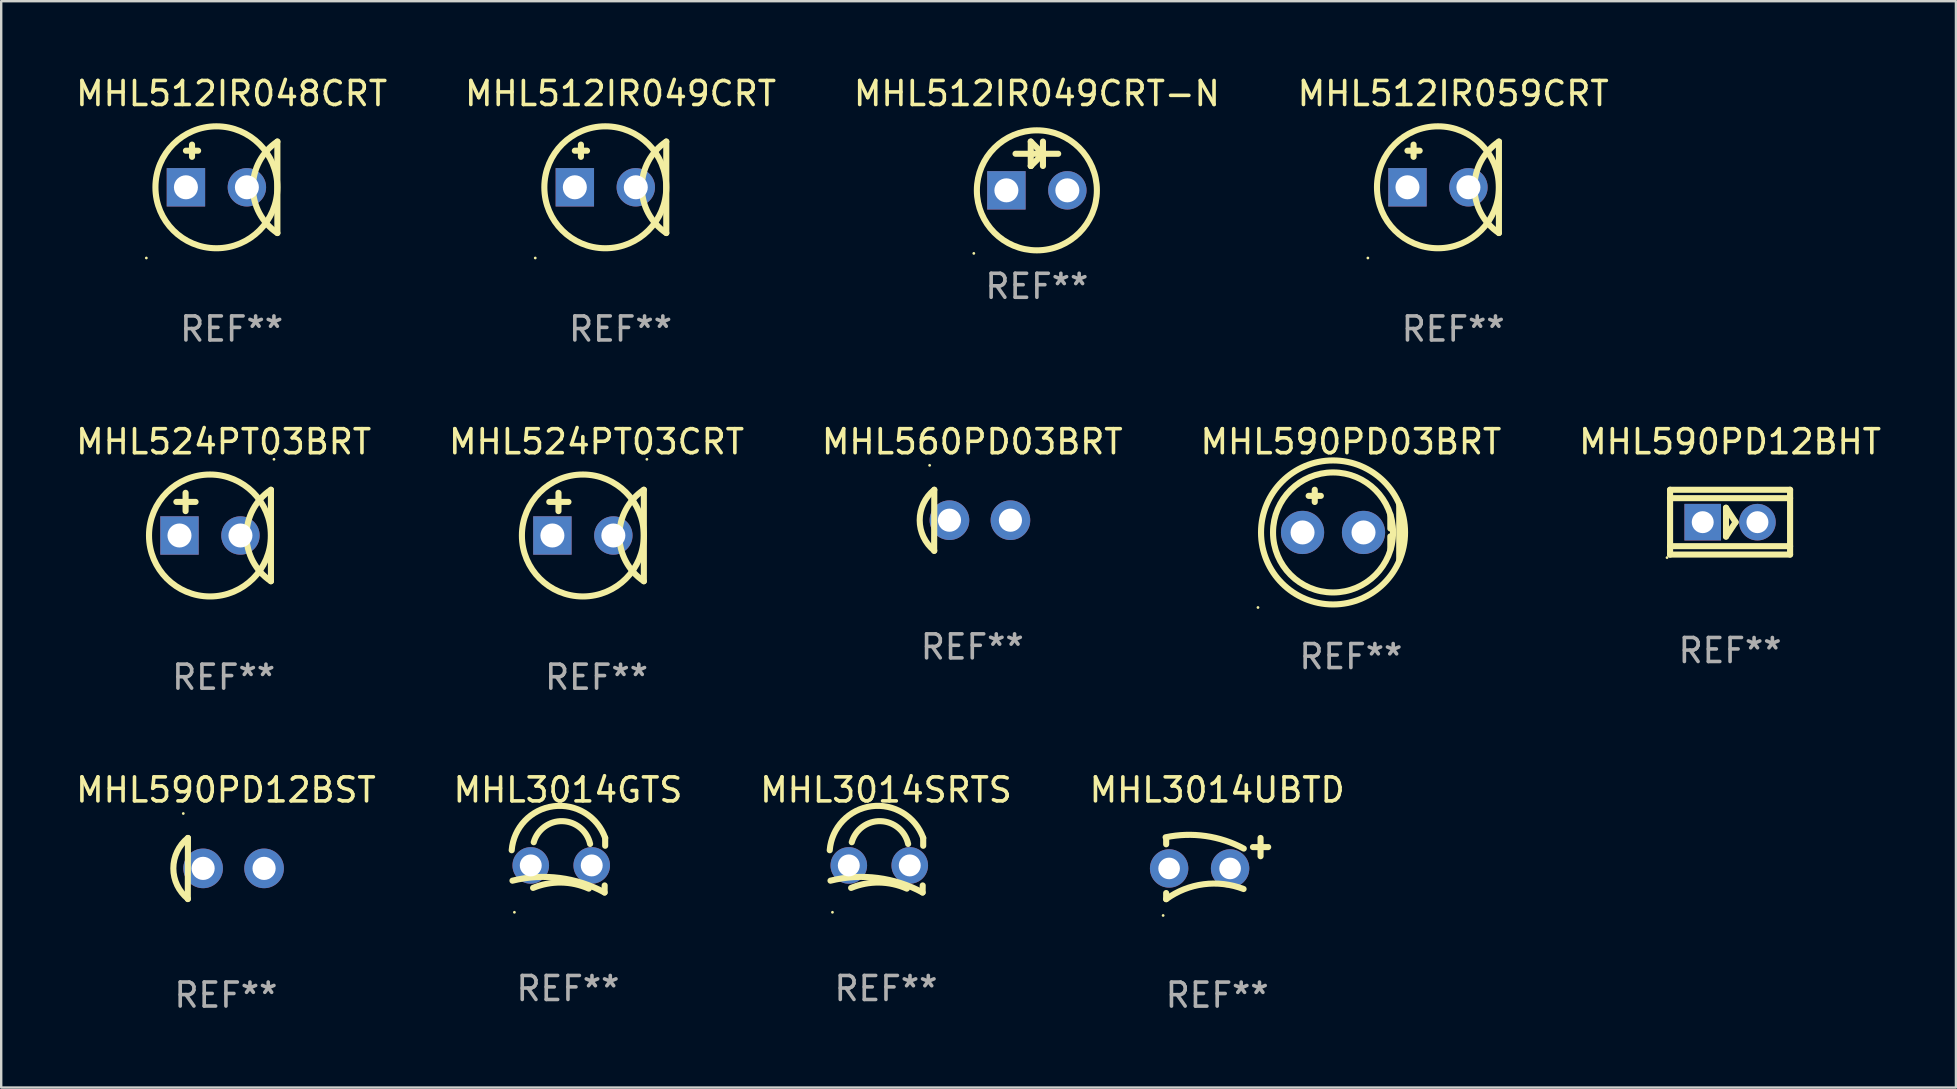
<source format=kicad_pcb>
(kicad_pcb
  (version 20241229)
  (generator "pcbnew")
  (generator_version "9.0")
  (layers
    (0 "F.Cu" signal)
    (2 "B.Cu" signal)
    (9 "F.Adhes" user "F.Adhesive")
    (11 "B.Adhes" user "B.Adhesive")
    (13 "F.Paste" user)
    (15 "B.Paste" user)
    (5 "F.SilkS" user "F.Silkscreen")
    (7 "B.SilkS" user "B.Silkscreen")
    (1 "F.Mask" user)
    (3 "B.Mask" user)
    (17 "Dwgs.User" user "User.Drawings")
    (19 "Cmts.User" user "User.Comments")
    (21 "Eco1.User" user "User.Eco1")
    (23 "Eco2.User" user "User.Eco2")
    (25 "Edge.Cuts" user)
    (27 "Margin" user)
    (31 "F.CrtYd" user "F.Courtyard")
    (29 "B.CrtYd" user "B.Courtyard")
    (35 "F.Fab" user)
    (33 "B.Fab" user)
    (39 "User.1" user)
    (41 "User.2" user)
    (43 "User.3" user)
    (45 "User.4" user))
  (footprint "MHL3014UBTD"
    (layer "F.Cu")
    (at 47.661 33.136)
    (property "Reference" "MHL3014UBTD" (at 0 -3.275 0) (layer "F.SilkS") (effects (font (size 1 1) (thickness 0.15))))
    (attr through_hole)
    (fp_line (start -2.125 -1.265) (end -2.125 -1.011) (stroke (width 0.254) (type solid)) (layer "F.SilkS"))
    (fp_line (start -2.125 1.275) (end -2.125 1.021) (stroke (width 0.254) (type solid)) (layer "F.SilkS"))
    (fp_line (start 1.49 -0.894) (end 2.125 -0.894) (stroke (width 0.254) (type solid)) (layer "F.SilkS"))
    (fp_line (start 1.807 -0.513) (end 1.807 -1.275) (stroke (width 0.254) (type solid)) (layer "F.SilkS"))
    (fp_arc (start -2.148349 -1.302858) (mid -0.478554 -1.355044) (end 1.107912 -0.831535) (stroke (width 0.254001) (type solid)) (layer "F.SilkS"))
    (fp_arc (start -2.124829 1.27474) (mid -0.565957 0.654289) (end 1.100088 0.852615) (stroke (width 0.254001) (type solid)) (layer "F.SilkS"))
    (fp_circle (center -2.252 1.955) (end -2.222 1.955) (stroke (width 0.06) (type solid)) (fill no) (layer "F.SilkS"))
    (fp_text user "REF**" (at 0 5.275 0) (layer "F.Fab") (effects (font (size 1 1) (thickness 0.15))))
    (pad "1" thru_hole circle (at -2.002 -0.004) (size 1.6 1.6) (drill 0.9) (layers "*.Cu" "*.Mask"))
    (pad "2" thru_hole circle (at 0.538 -0.004) (size 1.6 1.6) (drill 0.9) (layers "*.Cu" "*.Mask")))
  (footprint "MHL3014GTS"
    (layer "F.Cu")
    (at 20.613 32.998)
    (property "Reference" "MHL3014GTS" (at 0 -3.137 0) (layer "F.SilkS") (effects (font (size 1 1) (thickness 0.15))))
    (attr through_hole)
    (fp_line (start 1.529 0.842) (end 1.525 1.137) (stroke (width 0.254) (type solid)) (layer "F.SilkS"))
    (fp_line (start 1.55 -1.137) (end 1.55 -0.811) (stroke (width 0.254) (type solid)) (layer "F.SilkS"))
    (fp_arc (start -2.344336 -0.624664) (mid -0.604362 -2.457931) (end 1.550229 -1.136525) (stroke (width 0.254001) (type solid)) (layer "F.SilkS"))
    (fp_arc (start -2.31223 0.643358) (mid -0.347208 0.529557) (end 1.525184 1.136526) (stroke (width 0.254001) (type solid)) (layer "F.SilkS"))
    (fp_arc (start -1.45348 0.944425) (mid -0.289454 0.72139) (end 0.868415 0.974448) (stroke (width 0.254001) (type solid)) (layer "F.SilkS"))
    (fp_arc (start -1.426174 -0.958548) (mid -0.223791 -1.836179) (end 0.922695 -0.88669) (stroke (width 0.254001) (type solid)) (layer "F.SilkS"))
    (fp_circle (center -2.231 1.96) (end -2.201 1.96) (stroke (width 0.06) (type solid)) (fill no) (layer "F.SilkS"))
    (fp_text user "REF**" (at 0 5.137 0) (layer "F.Fab") (effects (font (size 1 1) (thickness 0.15))))
    (pad "1" thru_hole circle (at -1.55 0.008) (size 1.524 1.524) (drill 0.914) (layers "*.Cu" "*.Mask"))
    (pad "2" thru_hole circle (at 0.99 0.008) (size 1.524 1.524) (drill 0.914) (layers "*.Cu" "*.Mask")))
  (footprint "MHL590PD12BHT"
    (layer "F.Cu")
    (at 69.03 18.705)
    (property "Reference" "MHL590PD12BHT" (at 0 -3.35 0) (layer "F.SilkS") (effects (font (size 1 1) (thickness 0.15))))
    (attr through_hole)
    (fp_line (start -2.5 -1) (end 2.5 -1) (stroke (width 0.254) (type solid)) (layer "F.SilkS"))
    (fp_line (start -2.5 -1.35) (end 2.5 -1.35) (stroke (width 0.254) (type solid)) (layer "F.SilkS"))
    (fp_line (start -2.5 1) (end 2.5 1) (stroke (width 0.254) (type solid)) (layer "F.SilkS"))
    (fp_line (start -2.5 1.35) (end -2.5 -1.35) (stroke (width 0.254) (type solid)) (layer "F.SilkS"))
    (fp_line (start -0.17 -0.6) (end 0.23 0) (stroke (width 0.254) (type solid)) (layer "F.SilkS"))
    (fp_line (start -0.17 0.6) (end -0.17 -0.6) (stroke (width 0.254) (type solid)) (layer "F.SilkS"))
    (fp_line (start 0.23 0) (end -0.17 0.6) (stroke (width 0.254) (type solid)) (layer "F.SilkS"))
    (fp_line (start 2.5 -1.35) (end 2.5 1.35) (stroke (width 0.254) (type solid)) (layer "F.SilkS"))
    (fp_line (start 2.5 1.35) (end -2.5 1.35) (stroke (width 0.254) (type solid)) (layer "F.SilkS"))
    (fp_circle (center -2.627 1.477) (end -2.597 1.477) (stroke (width 0.06) (type solid)) (fill no) (layer "F.SilkS"))
    (fp_text user "REF**" (at 0 5.35 0) (layer "F.Fab") (effects (font (size 1 1) (thickness 0.15))))
    (pad "1" thru_hole rect (at -1.14 0) (size 1.524 1.524) (drill 0.914) (layers "*.Cu" "*.Mask"))
    (pad "2" thru_hole circle (at 1.14 0) (size 1.524 1.524) (drill 0.914) (layers "*.Cu" "*.Mask")))
  (footprint "MHL524PT03BRT"
    (layer "F.Cu")
    (at 6.268 19.26)
    (property "Reference" "MHL524PT03BRT" (at 0 -3.905 0) (layer "F.SilkS") (effects (font (size 1 1) (thickness 0.15))))
    (attr through_hole)
    (fp_line (start -1.97 -1.4) (end -1.17 -1.4) (stroke (width 0.254) (type solid)) (layer "F.SilkS"))
    (fp_line (start -1.586 -1.778) (end -1.586 -1.016) (stroke (width 0.254) (type solid)) (layer "F.SilkS"))
    (fp_line (start 1.97 1.905) (end 1.97 -1.905) (stroke (width 0.254) (type solid)) (layer "F.SilkS"))
    (fp_arc (start 1.969997 1.905) (mid 0.950475 -0.000001) (end 1.969998 -1.905001) (stroke (width 0.254001) (type solid)) (layer "F.SilkS"))
    (fp_circle (center -0.57 0) (end 1.97 0) (stroke (width 0.254) (type solid)) (fill no) (layer "F.SilkS"))
    (fp_circle (center 2.097 -3.175) (end 2.127 -3.175) (stroke (width 0.06) (type solid)) (fill no) (layer "F.SilkS"))
    (fp_text user "REF**" (at 0 5.905 0) (layer "F.Fab") (effects (font (size 1 1) (thickness 0.15))))
    (pad "1" thru_hole circle (at 0.7 0) (size 1.6 1.6) (drill 1) (layers "*.Cu" "*.Mask"))
    (pad "2" thru_hole rect (at -1.84 0) (size 1.6 1.6) (drill 1) (layers "*.Cu" "*.Mask")))
  (footprint "MHL590PD03BRT"
    (layer "F.Cu")
    (at 53.232 18.831)
    (property "Reference" "MHL590PD03BRT" (at 0 -3.476 0) (layer "F.SilkS") (effects (font (size 1 1) (thickness 0.15))))
    (attr through_hole)
    (fp_line (start -1.76 -1.222) (end -1.252 -1.222) (stroke (width 0.254) (type solid)) (layer "F.SilkS"))
    (fp_line (start -1.506 -1.476) (end -1.506 -0.968) (stroke (width 0.254) (type solid)) (layer "F.SilkS"))
    (fp_line (start 1.643 -0.44) (end 1.643 0.138) (stroke (width 0.254) (type solid)) (layer "F.SilkS"))
    (fp_line (start 1.643 0.466) (end 1.643 1.011) (stroke (width 0.254) (type solid)) (layer "F.SilkS"))
    (fp_line (start 2.014 -0.878) (end 2.014 1.476) (stroke (width 0.254) (type solid)) (layer "F.SilkS"))
    (fp_circle (center -3.871 3.429) (end -3.841 3.429) (stroke (width 0.06) (type solid)) (fill no) (layer "F.SilkS"))
    (fp_circle (center -0.744 0.302) (end 1.756 0.302) (stroke (width 0.254) (type solid)) (fill no) (layer "F.SilkS"))
    (fp_circle (center -0.744 0.302) (end 2.256 0.302) (stroke (width 0.254) (type solid)) (fill no) (layer "F.SilkS"))
    (fp_text user "REF**" (at 0 5.476 0) (layer "F.Fab") (effects (font (size 1 1) (thickness 0.15))))
    (pad "1" thru_hole circle (at -2.014 0.302) (size 1.8 1.8) (drill 1) (layers "*.Cu" "*.Mask"))
    (pad "2" thru_hole circle (at 0.526 0.302) (size 1.8 1.8) (drill 1) (layers "*.Cu" "*.Mask")))
  (footprint "MHL512IR049CRT"
    (layer "F.Cu")
    (at 22.804 4.753)
    (property "Reference" "MHL512IR049CRT" (at 0 -3.905 0) (layer "F.SilkS") (effects (font (size 1 1) (thickness 0.15))))
    (attr through_hole)
    (fp_line (start -1.905 -1.524) (end -1.397 -1.524) (stroke (width 0.254) (type solid)) (layer "F.SilkS"))
    (fp_line (start -1.651 -1.778) (end -1.651 -1.27) (stroke (width 0.254) (type solid)) (layer "F.SilkS"))
    (fp_line (start 1.905 1.905) (end 1.905 -1.905) (stroke (width 0.254) (type solid)) (layer "F.SilkS"))
    (fp_arc (start 1.904999 1.905) (mid 0.885477 0) (end 1.904999 -1.905) (stroke (width 0.254001) (type solid)) (layer "F.SilkS"))
    (fp_circle (center -3.554 2.946) (end -3.524 2.946) (stroke (width 0.06) (type solid)) (fill no) (layer "F.SilkS"))
    (fp_circle (center -0.635 0) (end 1.905 0) (stroke (width 0.254) (type solid)) (fill no) (layer "F.SilkS"))
    (fp_text user "REF**" (at 0 5.905 0) (layer "F.Fab") (effects (font (size 1 1) (thickness 0.15))))
    (pad "1" thru_hole rect (at -1.905 0) (size 1.6 1.6) (drill 1) (layers "*.Cu" "*.Mask"))
    (pad "2" thru_hole circle (at 0.635 0) (size 1.6 1.6) (drill 1) (layers "*.Cu" "*.Mask")))
  (footprint "MHL512IR059CRT"
    (layer "F.Cu")
    (at 57.494 4.753)
    (property "Reference" "MHL512IR059CRT" (at 0 -3.905 0) (layer "F.SilkS") (effects (font (size 1 1) (thickness 0.15))))
    (attr through_hole)
    (fp_line (start -1.905 -1.524) (end -1.397 -1.524) (stroke (width 0.254) (type solid)) (layer "F.SilkS"))
    (fp_line (start -1.651 -1.778) (end -1.651 -1.27) (stroke (width 0.254) (type solid)) (layer "F.SilkS"))
    (fp_line (start 1.905 1.905) (end 1.905 -1.905) (stroke (width 0.254) (type solid)) (layer "F.SilkS"))
    (fp_arc (start 1.904999 1.905) (mid 0.885477 0) (end 1.904999 -1.905) (stroke (width 0.254001) (type solid)) (layer "F.SilkS"))
    (fp_circle (center -3.554 2.946) (end -3.524 2.946) (stroke (width 0.06) (type solid)) (fill no) (layer "F.SilkS"))
    (fp_circle (center -0.635 0) (end 1.905 0) (stroke (width 0.254) (type solid)) (fill no) (layer "F.SilkS"))
    (fp_text user "REF**" (at 0 5.905 0) (layer "F.Fab") (effects (font (size 1 1) (thickness 0.15))))
    (pad "1" thru_hole rect (at -1.905 0) (size 1.6 1.6) (drill 1) (layers "*.Cu" "*.Mask"))
    (pad "2" thru_hole circle (at 0.635 0) (size 1.6 1.6) (drill 1) (layers "*.Cu" "*.Mask")))
  (footprint "MHL560PD03BRT"
    (layer "F.Cu")
    (at 37.458 18.629)
    (property "Reference" "MHL560PD03BRT" (at 0 -3.274 0) (layer "F.SilkS") (effects (font (size 1 1) (thickness 0.15))))
    (attr through_hole)
    (fp_line (start -1.583 -1.274) (end -1.589 1.274) (stroke (width 0.254) (type solid)) (layer "F.SilkS"))
    (fp_arc (start -1.583363 1.261481) (mid -2.190825 -0.005982) (end -1.583364 -1.273445) (stroke (width 0.254001) (type solid)) (layer "F.SilkS"))
    (fp_circle (center -1.777 -2.292) (end -1.747 -2.292) (stroke (width 0.06) (type solid)) (fill no) (layer "F.SilkS"))
    (fp_text user "REF**" (at 0 5.274 0) (layer "F.Fab") (effects (font (size 1 1) (thickness 0.15))))
    (pad "1" thru_hole circle (at -0.951 -0.006) (size 1.651 1.651) (drill 0.965) (layers "*.Cu" "*.Mask"))
    (pad "2" thru_hole circle (at 1.589 -0.006) (size 1.651 1.651) (drill 0.965) (layers "*.Cu" "*.Mask")))
  (footprint "MHL524PT03CRT"
    (layer "F.Cu")
    (at 21.804 19.26)
    (property "Reference" "MHL524PT03CRT" (at 0 -3.905 0) (layer "F.SilkS") (effects (font (size 1 1) (thickness 0.15))))
    (attr through_hole)
    (fp_line (start -1.97 -1.4) (end -1.17 -1.4) (stroke (width 0.254) (type solid)) (layer "F.SilkS"))
    (fp_line (start -1.586 -1.778) (end -1.586 -1.016) (stroke (width 0.254) (type solid)) (layer "F.SilkS"))
    (fp_line (start 1.97 1.905) (end 1.97 -1.905) (stroke (width 0.254) (type solid)) (layer "F.SilkS"))
    (fp_arc (start 1.969997 1.905) (mid 0.950475 -0.000001) (end 1.969998 -1.905001) (stroke (width 0.254001) (type solid)) (layer "F.SilkS"))
    (fp_circle (center -0.57 0) (end 1.97 0) (stroke (width 0.254) (type solid)) (fill no) (layer "F.SilkS"))
    (fp_circle (center 2.097 -3.175) (end 2.127 -3.175) (stroke (width 0.06) (type solid)) (fill no) (layer "F.SilkS"))
    (fp_text user "REF**" (at 0 5.905 0) (layer "F.Fab") (effects (font (size 1 1) (thickness 0.15))))
    (pad "1" thru_hole circle (at 0.7 0) (size 1.6 1.6) (drill 1) (layers "*.Cu" "*.Mask"))
    (pad "2" thru_hole rect (at -1.84 0) (size 1.6 1.6) (drill 1) (layers "*.Cu" "*.Mask")))
  (footprint "MHL590PD12BST"
    (layer "F.Cu")
    (at 6.363 33.135)
    (property "Reference" "MHL590PD12BST" (at 0 -3.274 0) (layer "F.SilkS") (effects (font (size 1 1) (thickness 0.15))))
    (attr through_hole)
    (fp_line (start -1.583 -1.274) (end -1.589 1.274) (stroke (width 0.254) (type solid)) (layer "F.SilkS"))
    (fp_arc (start -1.583363 1.261481) (mid -2.190825 -0.005982) (end -1.583364 -1.273445) (stroke (width 0.254001) (type solid)) (layer "F.SilkS"))
    (fp_circle (center -1.777 -2.292) (end -1.747 -2.292) (stroke (width 0.06) (type solid)) (fill no) (layer "F.SilkS"))
    (fp_text user "REF**" (at 0 5.274 0) (layer "F.Fab") (effects (font (size 1 1) (thickness 0.15))))
    (pad "1" thru_hole circle (at -0.951 -0.006) (size 1.651 1.651) (drill 0.965) (layers "*.Cu" "*.Mask"))
    (pad "2" thru_hole circle (at 1.589 -0.006) (size 1.651 1.651) (drill 0.965) (layers "*.Cu" "*.Mask")))
  (footprint "MHL3014SRTS"
    (layer "F.Cu")
    (at 33.863 32.998)
    (property "Reference" "MHL3014SRTS" (at 0 -3.137 0) (layer "F.SilkS") (effects (font (size 1 1) (thickness 0.15))))
    (attr through_hole)
    (fp_line (start 1.529 0.842) (end 1.525 1.137) (stroke (width 0.254) (type solid)) (layer "F.SilkS"))
    (fp_line (start 1.55 -1.137) (end 1.55 -0.811) (stroke (width 0.254) (type solid)) (layer "F.SilkS"))
    (fp_arc (start -2.344336 -0.624664) (mid -0.604362 -2.457931) (end 1.550229 -1.136525) (stroke (width 0.254001) (type solid)) (layer "F.SilkS"))
    (fp_arc (start -2.31223 0.643358) (mid -0.347208 0.529557) (end 1.525184 1.136526) (stroke (width 0.254001) (type solid)) (layer "F.SilkS"))
    (fp_arc (start -1.45348 0.944425) (mid -0.289454 0.72139) (end 0.868415 0.974448) (stroke (width 0.254001) (type solid)) (layer "F.SilkS"))
    (fp_arc (start -1.426174 -0.958548) (mid -0.223791 -1.836179) (end 0.922695 -0.88669) (stroke (width 0.254001) (type solid)) (layer "F.SilkS"))
    (fp_circle (center -2.231 1.96) (end -2.201 1.96) (stroke (width 0.06) (type solid)) (fill no) (layer "F.SilkS"))
    (fp_text user "REF**" (at 0 5.137 0) (layer "F.Fab") (effects (font (size 1 1) (thickness 0.15))))
    (pad "1" thru_hole circle (at -1.55 0.008) (size 1.524 1.524) (drill 0.914) (layers "*.Cu" "*.Mask"))
    (pad "2" thru_hole circle (at 0.99 0.008) (size 1.524 1.524) (drill 0.914) (layers "*.Cu" "*.Mask")))
  (footprint "MHL512IR049CRT-N"
    (layer "F.Cu")
    (at 40.149 3.864)
    (property "Reference" "MHL512IR049CRT-N" (at 0 -3.016 0) (layer "F.SilkS") (effects (font (size 1 1) (thickness 0.15))))
    (attr through_hole)
    (fp_line (start -0.889 -0.508) (end 0.888 -0.508) (stroke (width 0.254) (type solid)) (layer "F.SilkS"))
    (fp_line (start -0.255 -1.016) (end -0.255 0) (stroke (width 0.254) (type solid)) (layer "F.SilkS"))
    (fp_line (start -0.255 0) (end -0.248 0) (stroke (width 0.254) (type solid)) (layer "F.SilkS"))
    (fp_line (start -0.248 0) (end 0.26 -0.508) (stroke (width 0.254) (type solid)) (layer "F.SilkS"))
    (fp_line (start 0.246 -0.515) (end -0.255 -1.016) (stroke (width 0.254) (type solid)) (layer "F.SilkS"))
    (fp_line (start 0.246 -0.508) (end 0.246 -0.515) (stroke (width 0.254) (type solid)) (layer "F.SilkS"))
    (fp_line (start 0.253 -1.016) (end 0.253 0) (stroke (width 0.254) (type solid)) (layer "F.SilkS"))
    (fp_circle (center -2.627 3.643) (end -2.597 3.643) (stroke (width 0.06) (type solid)) (fill no) (layer "F.SilkS"))
    (fp_circle (center 0 1.016) (end 2.5 1.016) (stroke (width 0.254) (type solid)) (fill no) (layer "F.SilkS"))
    (fp_text user "REF**" (at 0 5.016 0) (layer "F.Fab") (effects (font (size 1 1) (thickness 0.15))))
    (pad "1" thru_hole rect (at -1.27 1.016) (size 1.6 1.6) (drill 1) (layers "*.Cu" "*.Mask"))
    (pad "2" thru_hole circle (at 1.27 1.016) (size 1.6 1.6) (drill 1) (layers "*.Cu" "*.Mask")))
  (footprint "MHL512IR048CRT"
    (layer "F.Cu")
    (at 6.601 4.753)
    (property "Reference" "MHL512IR048CRT" (at 0 -3.905 0) (layer "F.SilkS") (effects (font (size 1 1) (thickness 0.15))))
    (attr through_hole)
    (fp_line (start -1.905 -1.524) (end -1.397 -1.524) (stroke (width 0.254) (type solid)) (layer "F.SilkS"))
    (fp_line (start -1.651 -1.778) (end -1.651 -1.27) (stroke (width 0.254) (type solid)) (layer "F.SilkS"))
    (fp_line (start 1.905 1.905) (end 1.905 -1.905) (stroke (width 0.254) (type solid)) (layer "F.SilkS"))
    (fp_arc (start 1.904999 1.905) (mid 0.885477 0) (end 1.904999 -1.905) (stroke (width 0.254001) (type solid)) (layer "F.SilkS"))
    (fp_circle (center -3.554 2.946) (end -3.524 2.946) (stroke (width 0.06) (type solid)) (fill no) (layer "F.SilkS"))
    (fp_circle (center -0.635 0) (end 1.905 0) (stroke (width 0.254) (type solid)) (fill no) (layer "F.SilkS"))
    (fp_text user "REF**" (at 0 5.905 0) (layer "F.Fab") (effects (font (size 1 1) (thickness 0.15))))
    (pad "1" thru_hole rect (at -1.905 0) (size 1.6 1.6) (drill 1) (layers "*.Cu" "*.Mask"))
    (pad "2" thru_hole circle (at 0.635 0) (size 1.6 1.6) (drill 1) (layers "*.Cu" "*.Mask")))
  (gr_rect
    (start -3 -3)
    (end 78.44 42.259)
    (stroke (width 0.1) (type default))
    (fill no)
    (layer "Edge.Cuts")))
</source>
